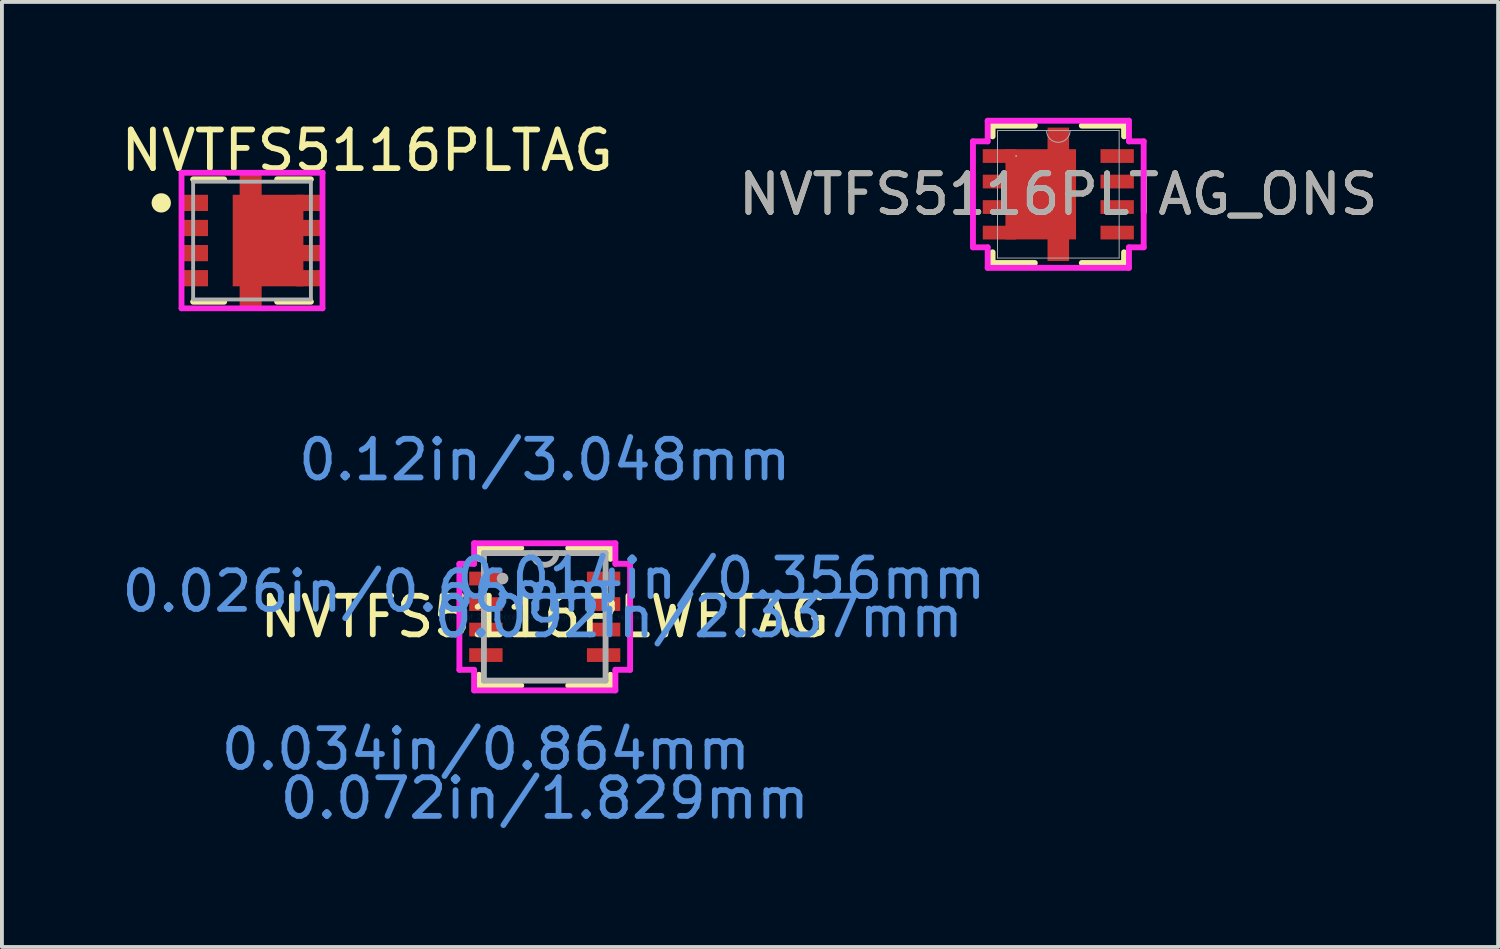
<source format=kicad_pcb>
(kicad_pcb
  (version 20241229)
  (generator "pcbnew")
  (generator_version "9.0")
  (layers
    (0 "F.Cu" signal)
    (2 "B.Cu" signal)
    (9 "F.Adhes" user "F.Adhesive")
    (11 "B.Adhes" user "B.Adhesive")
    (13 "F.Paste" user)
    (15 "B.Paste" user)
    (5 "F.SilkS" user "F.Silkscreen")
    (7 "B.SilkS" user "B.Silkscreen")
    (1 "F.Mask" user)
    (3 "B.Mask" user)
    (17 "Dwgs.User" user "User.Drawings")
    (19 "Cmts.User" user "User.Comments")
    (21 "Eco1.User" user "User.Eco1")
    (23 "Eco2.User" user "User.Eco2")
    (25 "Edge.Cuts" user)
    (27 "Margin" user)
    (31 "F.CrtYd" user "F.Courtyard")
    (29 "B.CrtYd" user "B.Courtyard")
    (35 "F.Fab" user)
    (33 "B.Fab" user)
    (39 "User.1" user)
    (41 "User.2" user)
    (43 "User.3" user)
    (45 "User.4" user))
  (footprint "NVTFS5116PLTAG_ONS"
    (layer "F.Cu")
    (at 24.351 1.981)
    (property "Reference" "NVTFS5116PLTAG_ONS" (at 0 0 0) (unlocked yes) (layer "F.SilkS") (effects (font (size 1 1) (thickness 0.15))))
    (attr smd)
    (fp_poly (pts (xy -0.279 -1.727) (xy 0.279 -1.727) (xy 0.279 -1.168) (xy 0.459 -1.168) (xy 0.459 1.168) (xy 0.279 1.168) (xy 0.279 1.727) (xy -0.279 1.727) (xy -0.279 1.168) (xy -1.369 1.168) (xy -1.369 -1.168) (xy -0.279 -1.168)) (stroke (width 0) (type solid)) (fill yes) (layer "F.Cu"))
    (fp_poly (pts (xy -0.279 -1.727) (xy 0.279 -1.727) (xy 0.279 -1.168) (xy 0.459 -1.168) (xy 0.459 1.168) (xy 0.279 1.168) (xy 0.279 1.727) (xy -0.279 1.727) (xy -0.279 1.168) (xy -1.369 1.168) (xy -1.369 -1.168) (xy -0.279 -1.168)) (stroke (width 0) (type solid)) (fill yes) (layer "F.Mask"))
    (fp_line (start -1.702 -1.778) (end -1.702 -1.501) (stroke (width 0.152) (type solid)) (layer "F.SilkS"))
    (fp_line (start -1.702 1.501) (end -1.702 1.778) (stroke (width 0.152) (type solid)) (layer "F.SilkS"))
    (fp_line (start -1.702 1.778) (end -0.608 1.778) (stroke (width 0.152) (type solid)) (layer "F.SilkS"))
    (fp_line (start -0.608 -1.778) (end -1.702 -1.778) (stroke (width 0.152) (type solid)) (layer "F.SilkS"))
    (fp_line (start 0.608 1.778) (end 1.702 1.778) (stroke (width 0.152) (type solid)) (layer "F.SilkS"))
    (fp_line (start 1.702 -1.778) (end 0.608 -1.778) (stroke (width 0.152) (type solid)) (layer "F.SilkS"))
    (fp_line (start 1.702 -1.501) (end 1.702 -1.778) (stroke (width 0.152) (type solid)) (layer "F.SilkS"))
    (fp_line (start 1.702 1.778) (end 1.702 1.501) (stroke (width 0.152) (type solid)) (layer "F.SilkS"))
    (fp_poly (pts (xy -0.279 -1.727) (xy 0.279 -1.727) (xy 0.279 -1.168) (xy 0.459 -1.168) (xy 0.459 1.168) (xy 0.279 1.168) (xy 0.279 1.727) (xy -0.279 1.727) (xy -0.279 1.168) (xy -1.369 1.168) (xy -1.369 -1.168) (xy -0.279 -1.168)) (stroke (width 0) (type solid)) (fill yes) (layer "F.Paste"))
    (fp_line (start -2.21 -1.372) (end -1.829 -1.372) (stroke (width 0.152) (type solid)) (layer "F.CrtYd"))
    (fp_line (start -2.21 1.372) (end -2.21 -1.372) (stroke (width 0.152) (type solid)) (layer "F.CrtYd"))
    (fp_line (start -2.21 1.372) (end -1.829 1.372) (stroke (width 0.152) (type solid)) (layer "F.CrtYd"))
    (fp_line (start -1.829 -1.905) (end 1.829 -1.905) (stroke (width 0.152) (type solid)) (layer "F.CrtYd"))
    (fp_line (start -1.829 -1.372) (end -1.829 -1.905) (stroke (width 0.152) (type solid)) (layer "F.CrtYd"))
    (fp_line (start -1.829 1.905) (end -1.829 1.372) (stroke (width 0.152) (type solid)) (layer "F.CrtYd"))
    (fp_line (start 1.829 -1.905) (end 1.829 -1.372) (stroke (width 0.152) (type solid)) (layer "F.CrtYd"))
    (fp_line (start 1.829 1.372) (end 1.829 1.905) (stroke (width 0.152) (type solid)) (layer "F.CrtYd"))
    (fp_line (start 1.829 1.905) (end -1.829 1.905) (stroke (width 0.152) (type solid)) (layer "F.CrtYd"))
    (fp_line (start 2.21 -1.372) (end 1.829 -1.372) (stroke (width 0.152) (type solid)) (layer "F.CrtYd"))
    (fp_line (start 2.21 -1.372) (end 2.21 1.372) (stroke (width 0.152) (type solid)) (layer "F.CrtYd"))
    (fp_line (start 2.21 1.372) (end 1.829 1.372) (stroke (width 0.152) (type solid)) (layer "F.CrtYd"))
    (fp_line (start -1.575 -1.651) (end -1.575 1.651) (stroke (width 0.025) (type solid)) (layer "F.Fab"))
    (fp_line (start -1.575 1.651) (end 1.575 1.651) (stroke (width 0.025) (type solid)) (layer "F.Fab"))
    (fp_line (start 1.575 -1.651) (end -1.575 -1.651) (stroke (width 0.025) (type solid)) (layer "F.Fab"))
    (fp_line (start 1.575 1.651) (end 1.575 -1.651) (stroke (width 0.025) (type solid)) (layer "F.Fab"))
    (fp_arc (start 0.3048 -1.651) (mid 0 -1.3462) (end -0.3048 -1.651) (stroke (width 0.0254) (type solid)) (layer "F.Fab"))
    (fp_circle (center -1.092 -0.991) (end -1.092 -0.991) (stroke (width 0.025) (type solid)) (fill no) (layer "F.Fab"))
    (fp_text user "${REFERENCE}" (at 0 0 0) (unlocked yes) (layer "F.Fab") (effects (font (size 1 1) (thickness 0.15))))
    (pad "1" smd rect (at -1.524 -0.991) (size 0.864 0.356) (layers "F.Cu" "F.Mask"))
    (pad "2" smd rect (at -1.524 -0.33) (size 0.864 0.356) (layers "F.Cu" "F.Mask" "F.Paste"))
    (pad "3" smd rect (at -1.524 0.33) (size 0.864 0.356) (layers "F.Cu" "F.Mask" "F.Paste"))
    (pad "4" smd rect (at -1.524 0.991) (size 0.864 0.356) (layers "F.Cu" "F.Mask" "F.Paste"))
    (pad "5" smd rect (at 1.524 0.991) (size 0.864 0.356) (layers "F.Cu" "F.Mask" "F.Paste"))
    (pad "6" smd rect (at 1.524 0.33) (size 0.864 0.356) (layers "F.Cu" "F.Mask" "F.Paste"))
    (pad "7" smd rect (at 1.524 -0.33) (size 0.864 0.356) (layers "F.Cu" "F.Mask" "F.Paste"))
    (pad "8" smd rect (at 1.524 -0.991) (size 0.864 0.356) (layers "F.Cu" "F.Mask" "F.Paste")))
  (footprint "NVTFS5116PLWFTAG"
    (layer "F.Cu")
    (at 11.054 12.92)
    (property "Reference" "NVTFS5116PLWFTAG" (at 0 0 0) (layer "F.SilkS") (effects (font (size 1 1) (thickness 0.15))))
    (attr through_hole)
    (fp_line (start -1.702 -1.778) (end -1.702 -1.501) (stroke (width 0.152) (type solid)) (layer "F.SilkS"))
    (fp_line (start -1.702 1.501) (end -1.702 1.778) (stroke (width 0.152) (type solid)) (layer "F.SilkS"))
    (fp_line (start -1.702 1.778) (end -0.608 1.778) (stroke (width 0.152) (type solid)) (layer "F.SilkS"))
    (fp_line (start -0.608 -1.778) (end -1.702 -1.778) (stroke (width 0.152) (type solid)) (layer "F.SilkS"))
    (fp_line (start 0.608 1.778) (end 1.702 1.778) (stroke (width 0.152) (type solid)) (layer "F.SilkS"))
    (fp_line (start 1.702 -1.778) (end 0.608 -1.778) (stroke (width 0.152) (type solid)) (layer "F.SilkS"))
    (fp_line (start 1.702 -1.501) (end 1.702 -1.778) (stroke (width 0.152) (type solid)) (layer "F.SilkS"))
    (fp_line (start 1.702 1.778) (end 1.702 1.501) (stroke (width 0.152) (type solid)) (layer "F.SilkS"))
    (fp_line (start -2.21 -1.372) (end -1.829 -1.372) (stroke (width 0.152) (type solid)) (layer "F.CrtYd"))
    (fp_line (start -2.21 1.372) (end -2.21 -1.372) (stroke (width 0.152) (type solid)) (layer "F.CrtYd"))
    (fp_line (start -2.21 1.372) (end -1.829 1.372) (stroke (width 0.152) (type solid)) (layer "F.CrtYd"))
    (fp_line (start -1.829 -1.905) (end 1.829 -1.905) (stroke (width 0.152) (type solid)) (layer "F.CrtYd"))
    (fp_line (start -1.829 -1.372) (end -1.829 -1.905) (stroke (width 0.152) (type solid)) (layer "F.CrtYd"))
    (fp_line (start -1.829 1.905) (end -1.829 1.372) (stroke (width 0.152) (type solid)) (layer "F.CrtYd"))
    (fp_line (start 1.829 -1.905) (end 1.829 -1.372) (stroke (width 0.152) (type solid)) (layer "F.CrtYd"))
    (fp_line (start 1.829 1.372) (end 1.829 1.905) (stroke (width 0.152) (type solid)) (layer "F.CrtYd"))
    (fp_line (start 1.829 1.905) (end -1.829 1.905) (stroke (width 0.152) (type solid)) (layer "F.CrtYd"))
    (fp_line (start 2.21 -1.372) (end 1.829 -1.372) (stroke (width 0.152) (type solid)) (layer "F.CrtYd"))
    (fp_line (start 2.21 -1.372) (end 2.21 1.372) (stroke (width 0.152) (type solid)) (layer "F.CrtYd"))
    (fp_line (start 2.21 1.372) (end 1.829 1.372) (stroke (width 0.152) (type solid)) (layer "F.CrtYd"))
    (fp_line (start -1.575 -1.651) (end -1.575 1.651) (stroke (width 0.152) (type solid)) (layer "F.Fab"))
    (fp_line (start -1.575 1.651) (end 1.575 1.651) (stroke (width 0.152) (type solid)) (layer "F.Fab"))
    (fp_line (start 1.575 -1.651) (end -1.575 -1.651) (stroke (width 0.152) (type solid)) (layer "F.Fab"))
    (fp_line (start 1.575 1.651) (end 1.575 -1.651) (stroke (width 0.152) (type solid)) (layer "F.Fab"))
    (fp_arc (start 0.3048 -1.651) (mid 0 -1.3462) (end -0.3048 -1.651) (stroke (width 0.1524) (type solid)) (layer "F.Fab"))
    (fp_circle (center -1.092 -0.991) (end -1.092 -0.991) (stroke (width 0.152) (type solid)) (fill no) (layer "F.Fab"))
    (fp_text user "0.034in/0.864mm" (at -1.524 3.429 0) (layer "Cmts.User") (effects (font (size 1 1) (thickness 0.15))))
    (fp_text user "0.12in/3.048mm" (at 0 -4.064 0) (layer "Cmts.User") (effects (font (size 1 1) (thickness 0.15))))
    (fp_text user "Copyright 2016 Accelerated Designs. All rights reserved." (at 0 0 0) (layer "Cmts.User") (effects (font (size 0.127 0.127) (thickness 0.002))))
    (fp_text user "0.026in/0.66mm" (at -4.572 -0.66 0) (layer "Cmts.User") (effects (font (size 1 1) (thickness 0.15))))
    (fp_text user "0.014in/0.356mm" (at 4.572 -0.991 0) (layer "Cmts.User") (effects (font (size 1 1) (thickness 0.15))))
    (fp_text user "0.072in/1.829mm" (at 0 4.699 0) (layer "Cmts.User") (effects (font (size 1 1) (thickness 0.15))))
    (fp_text user "0.092in/2.337mm" (at 3.988 0 0) (layer "Cmts.User") (effects (font (size 1 1) (thickness 0.15))))
    (pad "1" smd rect (at -1.524 -0.991) (size 0.864 0.356) (layers "F.Cu" "F.Mask" "F.Paste"))
    (pad "2" smd rect (at -1.524 -0.33) (size 0.864 0.356) (layers "F.Cu" "F.Mask" "F.Paste"))
    (pad "3" smd rect (at -1.524 0.33) (size 0.864 0.356) (layers "F.Cu" "F.Mask" "F.Paste"))
    (pad "4" smd rect (at -1.524 0.991) (size 0.864 0.356) (layers "F.Cu" "F.Mask" "F.Paste"))
    (pad "5" smd rect (at 1.524 0.991) (size 0.864 0.356) (layers "F.Cu" "F.Mask" "F.Paste"))
    (pad "6" smd rect (at 1.524 0.33) (size 0.864 0.356) (layers "F.Cu" "F.Mask" "F.Paste"))
    (pad "7" smd rect (at 1.524 -0.33) (size 0.864 0.356) (layers "F.Cu" "F.Mask" "F.Paste"))
    (pad "8" smd rect (at 1.524 -0.991) (size 0.864 0.356) (layers "F.Cu" "F.Mask" "F.Paste")))
  (footprint "NVTFS5116PLTAG"
    (layer "F.Cu")
    (at 3.475 3.178)
    (property "Reference" "NVTFS5116PLTAG" (at -3.475 -2.33 0) (layer "F.SilkS") (effects (font (size 1 1) (thickness 0.15)) (justify left)))
    (attr through_hole)
    (fp_poly (pts (xy -0.5 1.185) (xy -0.5 -1.185) (xy 1.33 -1.185) (xy 1.33 1.185)) (stroke (width 0) (type solid)) (fill yes) (layer "F.Cu"))
    (fp_poly (pts (xy -0.32 1.73) (xy -0.32 -1.73) (xy 0.25 -1.73) (xy 0.25 1.73)) (stroke (width 0) (type solid)) (fill yes) (layer "F.Cu"))
    (fp_poly (pts (xy -0.5 1.185) (xy -0.5 -1.185) (xy 1.33 -1.185) (xy 1.33 1.185)) (stroke (width 0) (type solid)) (fill yes) (layer "F.Mask"))
    (fp_poly (pts (xy -0.32 1.73) (xy -0.32 -1.73) (xy 0.25 -1.73) (xy 0.25 1.73)) (stroke (width 0) (type solid)) (fill yes) (layer "F.Mask"))
    (fp_line (start -1.525 -1.585) (end -0.72 -1.585) (stroke (width 0.15) (type solid)) (layer "F.SilkS"))
    (fp_line (start -1.525 1.585) (end -0.72 1.585) (stroke (width 0.15) (type solid)) (layer "F.SilkS"))
    (fp_line (start 0.65 -1.585) (end 1.525 -1.585) (stroke (width 0.15) (type solid)) (layer "F.SilkS"))
    (fp_line (start 0.65 1.585) (end 1.525 1.585) (stroke (width 0.15) (type solid)) (layer "F.SilkS"))
    (fp_circle (center -2.35 -0.975) (end -2.225 -0.975) (stroke (width 0.25) (type solid)) (fill no) (layer "F.SilkS"))
    (fp_poly (pts (xy -0.5 1.185) (xy -0.5 -1.185) (xy 1.33 -1.185) (xy 1.33 1.185)) (stroke (width 0) (type solid)) (fill yes) (layer "F.Paste"))
    (fp_poly (pts (xy -0.32 1.73) (xy -0.32 -1.73) (xy 0.25 -1.73) (xy 0.25 1.73)) (stroke (width 0) (type solid)) (fill yes) (layer "F.Paste"))
    (fp_line (start -1.825 -1.755) (end -1.825 1.755) (stroke (width 0.15) (type solid)) (layer "F.CrtYd"))
    (fp_line (start -1.825 1.755) (end 1.825 1.755) (stroke (width 0.15) (type solid)) (layer "F.CrtYd"))
    (fp_line (start 1.825 -1.755) (end -1.825 -1.755) (stroke (width 0.15) (type solid)) (layer "F.CrtYd"))
    (fp_line (start 1.825 -1.755) (end 1.825 -1.755) (stroke (width 0.15) (type solid)) (layer "F.CrtYd"))
    (fp_line (start 1.825 1.755) (end 1.825 -1.755) (stroke (width 0.15) (type solid)) (layer "F.CrtYd"))
    (fp_line (start -1.525 -1.525) (end 1.525 -1.525) (stroke (width 0.1) (type solid)) (layer "F.Fab"))
    (fp_line (start -1.525 1.525) (end -1.525 -1.525) (stroke (width 0.1) (type solid)) (layer "F.Fab"))
    (fp_line (start -1.525 1.525) (end 1.525 1.525) (stroke (width 0.1) (type solid)) (layer "F.Fab"))
    (fp_line (start 1.525 1.525) (end 1.525 -1.525) (stroke (width 0.1) (type solid)) (layer "F.Fab"))
    (pad "1" smd rect (at -1.47 -0.975 90) (size 0.42 0.66) (layers "F.Cu" "F.Mask" "F.Paste"))
    (pad "2" smd rect (at -1.47 -0.325 90) (size 0.42 0.66) (layers "F.Cu" "F.Mask" "F.Paste"))
    (pad "3" smd rect (at -1.47 0.325 90) (size 0.42 0.66) (layers "F.Cu" "F.Mask" "F.Paste"))
    (pad "4" smd rect (at -1.47 0.975 90) (size 0.42 0.66) (layers "F.Cu" "F.Mask" "F.Paste"))
    (pad "5" smd rect (at 1.47 0.975 90) (size 0.42 0.66) (layers "F.Cu" "F.Mask" "F.Paste"))
    (pad "~" smd rect (at 1.47 -0.975 90) (size 0.42 0.66) (layers "F.Cu" "F.Mask" "F.Paste"))
    (pad "~" smd rect (at 1.47 -0.325 90) (size 0.42 0.66) (layers "F.Cu" "F.Mask" "F.Paste"))
    (pad "~" smd rect (at 1.47 0.325 90) (size 0.42 0.66) (layers "F.Cu" "F.Mask" "F.Paste")))
  (gr_rect
    (start -3 -3)
    (end 35.738 21.468)
    (stroke (width 0.1) (type default))
    (fill no)
    (layer "Edge.Cuts")))
</source>
